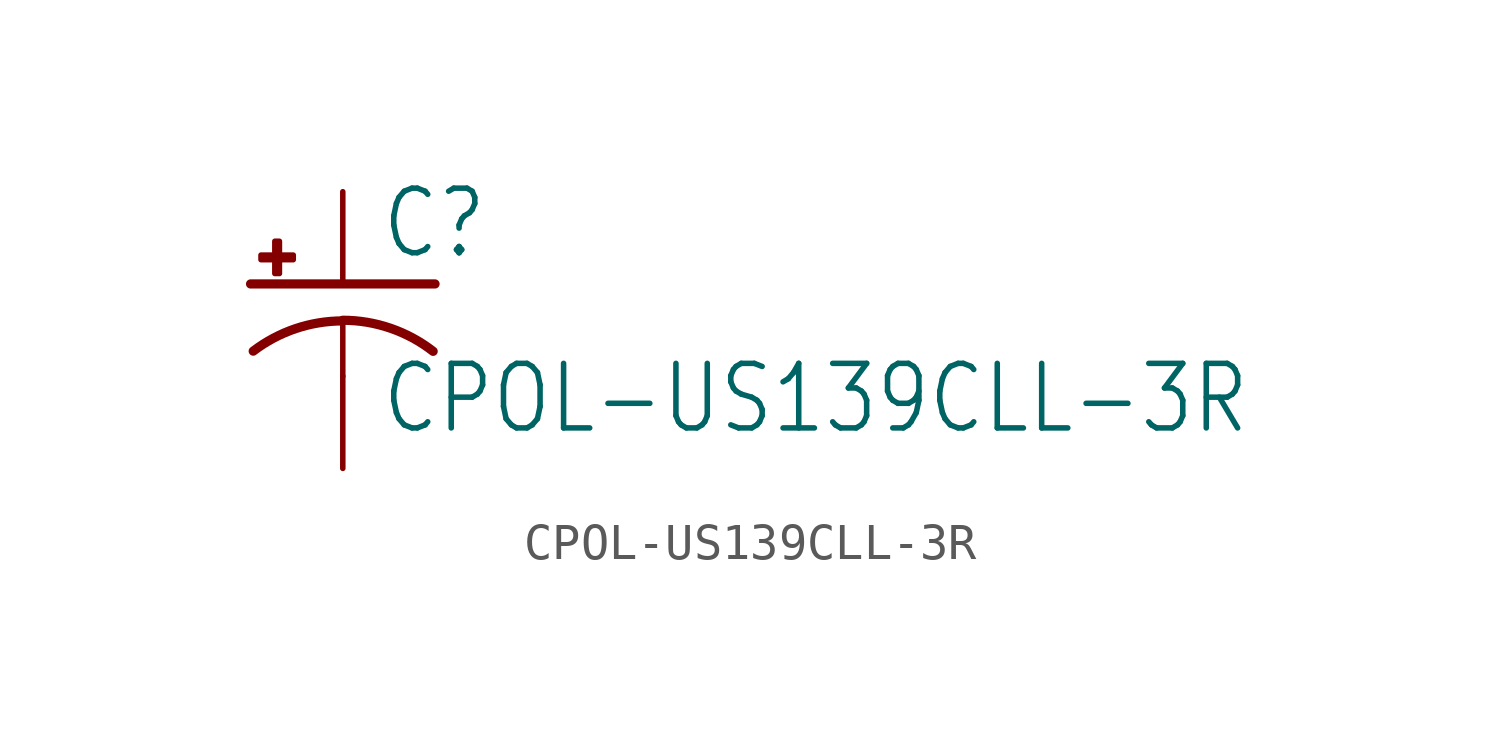
<source format=kicad_sym>
(kicad_symbol_lib
  (version 20220331)
  (generator kicad_symbol_editor)
  (symbol "CPOL-US139CLL-3R"
    (property "Reference" "C"
      (at 1.016 0.635 0)
      (effects (font (size 1.778 1.511)) (justify left bottom)))
    (property "Value" "CPOL-US139CLL-3R"
      (at 1.016 -4.191 0)
      (effects (font (size 1.778 1.511)) (justify left bottom)))
    (property "ki_locked" ""
      (at 0 0 0)
      (effects (font (size 1.27 1.27))))
    (symbol "CPOL-US139CLL-3R_1_0"
      (rectangle (start -2.253 0.668) (end -1.364 0.795) (stroke (width 0) (type default)) (fill (type outline)))
      (rectangle (start -1.872 0.287) (end -1.745 1.176) (stroke (width 0) (type default)) (fill (type outline)))
      (arc (start 0 -1.0161) (mid -1.3021 -1.2302) (end -2.4669 -1.8504) (stroke (width 0.254) (type solid)) (fill (type none)))
      (polyline (pts (xy -2.54 0) (xy 2.54 0)) (stroke (width 0.254) (type solid)) (fill (type none)))
      (polyline (pts (xy 0 -1.016) (xy 0 -2.54)) (stroke (width 0.152) (type solid)) (fill (type none)))
      (arc (start 2.4892 -1.8542) (mid 1.3158 -1.2195) (end 0 -1) (stroke (width 0.254) (type solid)) (fill (type none)))
      (pin passive line (at 0 2.54 270) (length 2.54) (name "+" (effects (font (size 0 0)))) (number "+" (effects (font (size 0 0)))))
      (pin passive line (at 0 -5.08 90) (length 2.54) (name "-" (effects (font (size 0 0)))) (number "-" (effects (font (size 0 0))))))))
</source>
